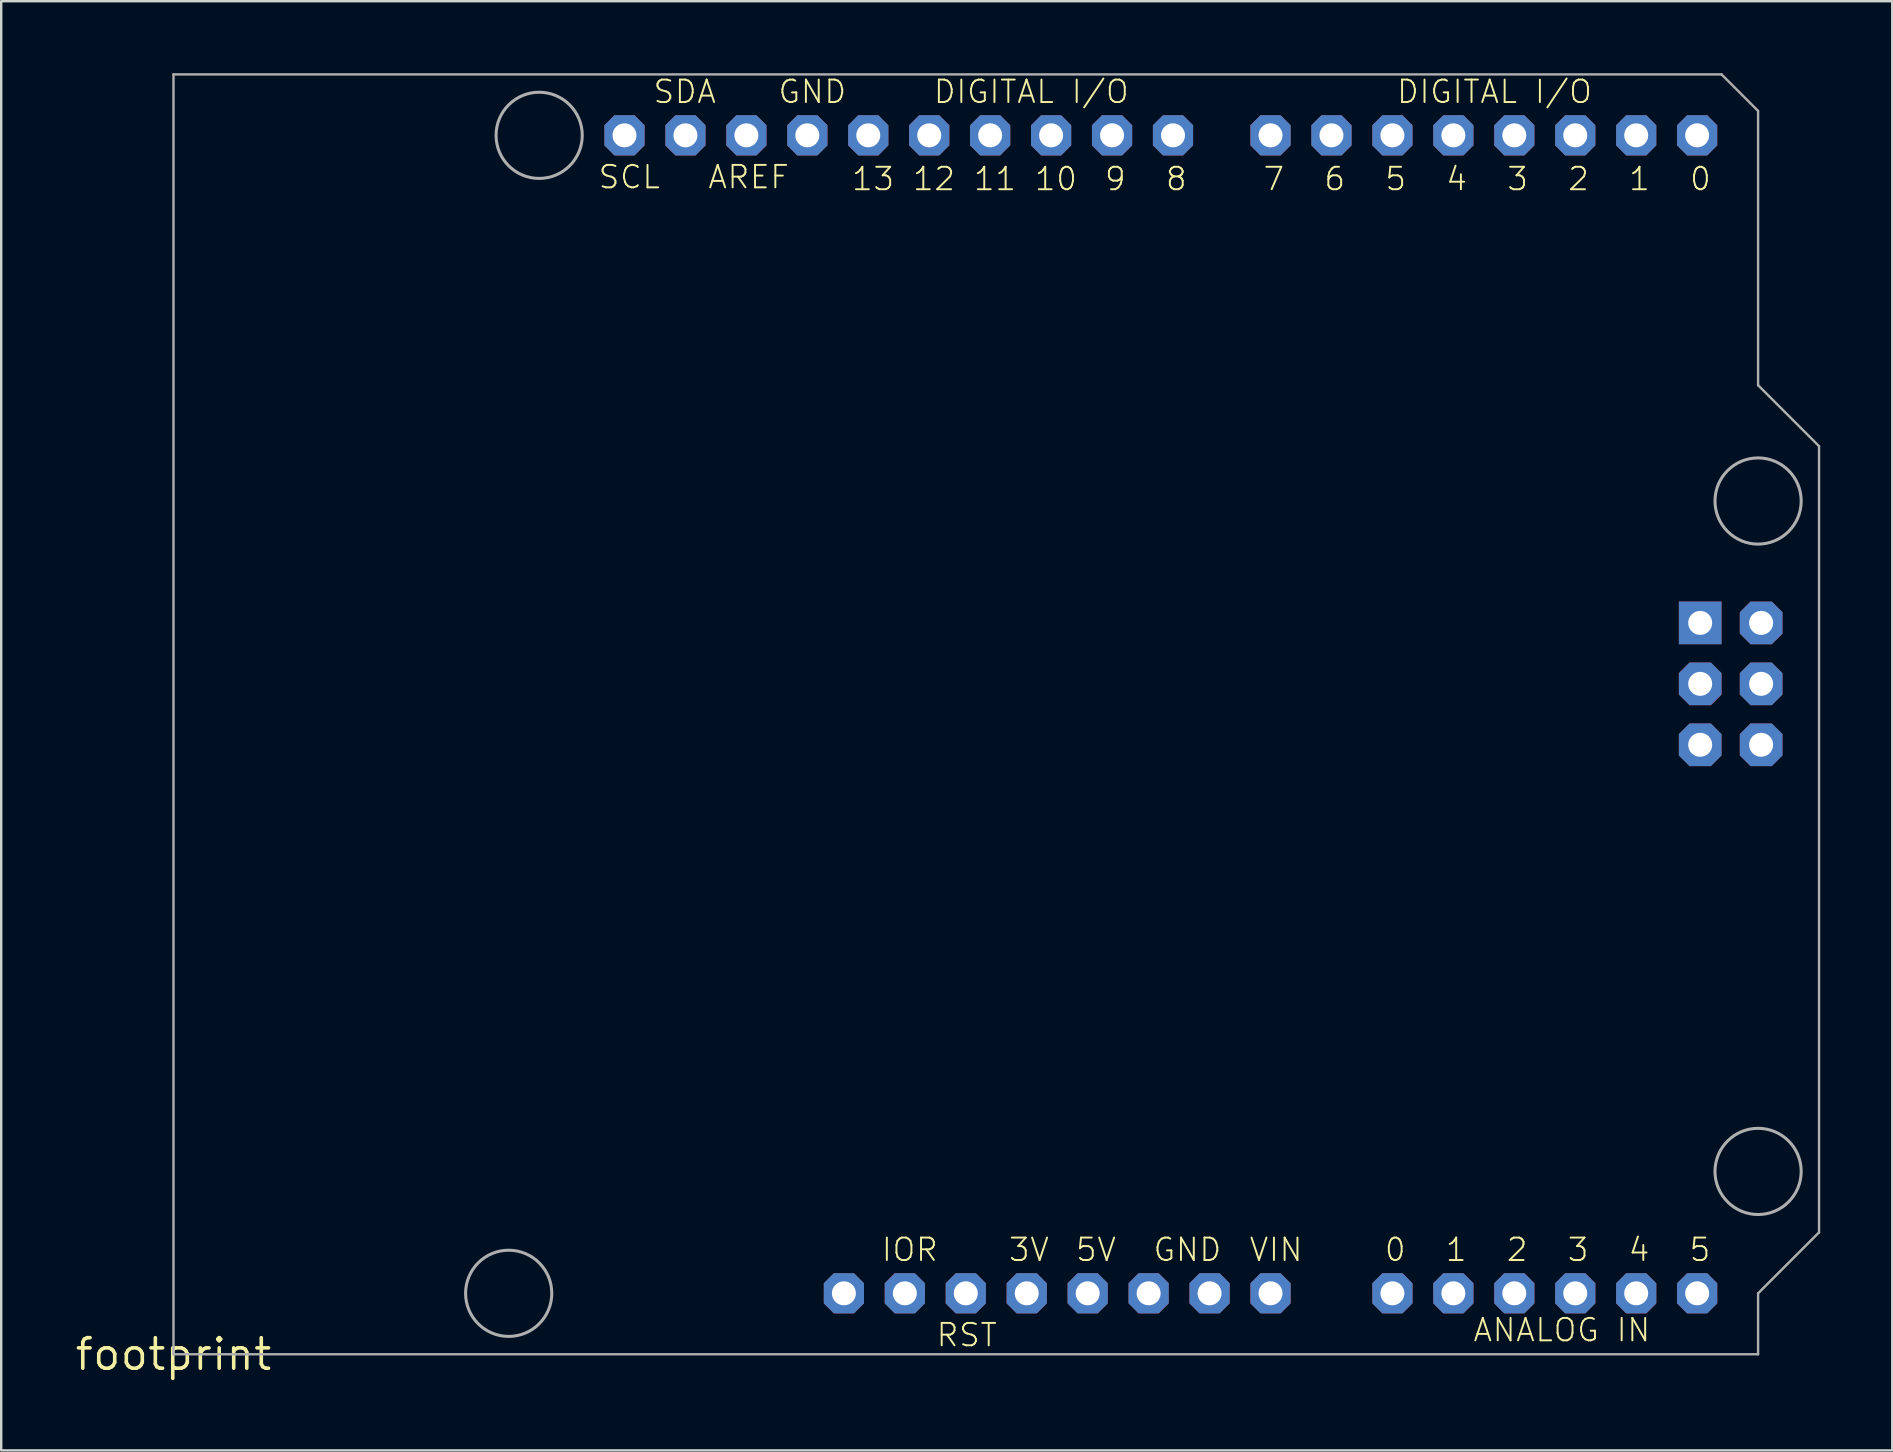
<source format=kicad_pcb>
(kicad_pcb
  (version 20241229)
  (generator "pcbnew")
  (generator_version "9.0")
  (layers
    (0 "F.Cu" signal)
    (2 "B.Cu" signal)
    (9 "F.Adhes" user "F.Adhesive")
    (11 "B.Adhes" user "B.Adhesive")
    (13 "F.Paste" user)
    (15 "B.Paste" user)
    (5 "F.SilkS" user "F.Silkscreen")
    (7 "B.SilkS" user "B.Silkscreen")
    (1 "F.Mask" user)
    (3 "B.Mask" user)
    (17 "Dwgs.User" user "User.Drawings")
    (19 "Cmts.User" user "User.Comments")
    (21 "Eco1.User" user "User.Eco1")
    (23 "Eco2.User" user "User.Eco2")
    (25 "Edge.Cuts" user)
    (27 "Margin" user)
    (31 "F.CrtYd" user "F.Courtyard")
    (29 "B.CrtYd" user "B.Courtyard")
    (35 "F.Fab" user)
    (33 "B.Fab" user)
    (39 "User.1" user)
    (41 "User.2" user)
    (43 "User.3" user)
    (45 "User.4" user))
  (footprint "footprint"
    (layer "F.Cu")
    (at 4.18 53.39)
    (property "Reference" "footprint" (at 0 0 0) (layer "F.SilkS") (effects (font (size 1.27 1.27) (thickness 0.15))))
    (fp_line (start 0 -53.34) (end 0 0) (stroke (width 0.1) (type solid)) (layer "F.Fab"))
    (fp_line (start 0 0) (end 66.04 0) (stroke (width 0.1) (type solid)) (layer "F.Fab"))
    (fp_line (start 64.516 -53.34) (end 0 -53.34) (stroke (width 0.1) (type solid)) (layer "F.Fab"))
    (fp_line (start 66.04 -51.816) (end 64.516 -53.34) (stroke (width 0.1) (type solid)) (layer "F.Fab"))
    (fp_line (start 66.04 -40.386) (end 66.04 -51.816) (stroke (width 0.1) (type solid)) (layer "F.Fab"))
    (fp_line (start 66.04 -2.54) (end 68.58 -5.08) (stroke (width 0.1) (type solid)) (layer "F.Fab"))
    (fp_line (start 66.04 0) (end 66.04 -2.54) (stroke (width 0.1) (type solid)) (layer "F.Fab"))
    (fp_line (start 68.58 -37.846) (end 66.04 -40.386) (stroke (width 0.1) (type solid)) (layer "F.Fab"))
    (fp_line (start 68.58 -5.08) (end 68.58 -37.846) (stroke (width 0.1) (type solid)) (layer "F.Fab"))
    (fp_circle (center 13.97 -2.54) (end 15.766 -2.54) (stroke (width 0.127) (type solid)) (fill no) (layer "F.Fab"))
    (fp_circle (center 15.24 -50.8) (end 17.036 -50.8) (stroke (width 0.127) (type solid)) (fill no) (layer "F.Fab"))
    (fp_circle (center 66.04 -35.56) (end 67.836 -35.56) (stroke (width 0.127) (type solid)) (fill no) (layer "F.Fab"))
    (fp_circle (center 66.04 -7.62) (end 67.836 -7.62) (stroke (width 0.127) (type solid)) (fill no) (layer "F.Fab"))
    (fp_text user "0" (at 64.135 -49.53 0) (layer "F.SilkS") (effects (font (size 0.935 0.935) (thickness 0.081)) (justify right top)))
    (fp_text user "4" (at 60.579 -3.81 0) (layer "F.SilkS") (effects (font (size 0.935 0.935) (thickness 0.081)) (justify left bottom)))
    (fp_text user "2" (at 59.055 -49.53 0) (layer "F.SilkS") (effects (font (size 0.935 0.935) (thickness 0.081)) (justify right top)))
    (fp_text user "GND" (at 25.146 -52.07 0) (layer "F.SilkS") (effects (font (size 0.935 0.935) (thickness 0.081)) (justify left bottom)))
    (fp_text user "7" (at 46.355 -49.53 0) (layer "F.SilkS") (effects (font (size 0.935 0.935) (thickness 0.081)) (justify right top)))
    (fp_text user "AREF" (at 22.225 -48.514 0) (layer "F.SilkS") (effects (font (size 0.935 0.935) (thickness 0.081)) (justify left bottom)))
    (fp_text user "11" (at 35.179 -49.53 0) (layer "F.SilkS") (effects (font (size 0.935 0.935) (thickness 0.081)) (justify right top)))
    (fp_text user "5" (at 51.435 -49.53 0) (layer "F.SilkS") (effects (font (size 0.935 0.935) (thickness 0.081)) (justify right top)))
    (fp_text user "VIN" (at 44.785 -3.81 0) (layer "F.SilkS") (effects (font (size 0.935 0.935) (thickness 0.081)) (justify left bottom)))
    (fp_text user "DIGITAL I/O" (at 31.623 -52.07 0) (layer "F.SilkS") (effects (font (size 0.935 0.935) (thickness 0.081)) (justify left bottom)))
    (fp_text user "ANALOG IN" (at 54.112 -0.462 0) (layer "F.SilkS") (effects (font (size 0.935 0.935) (thickness 0.081)) (justify left bottom)))
    (fp_text user "3" (at 56.515 -49.53 0) (layer "F.SilkS") (effects (font (size 0.935 0.935) (thickness 0.081)) (justify right top)))
    (fp_text user "GND" (at 40.777 -3.81 0) (layer "F.SilkS") (effects (font (size 0.935 0.935) (thickness 0.081)) (justify left bottom)))
    (fp_text user "10" (at 37.719 -49.53 0) (layer "F.SilkS") (effects (font (size 0.935 0.935) (thickness 0.081)) (justify right top)))
    (fp_text user "0" (at 50.419 -3.81 0) (layer "F.SilkS") (effects (font (size 0.935 0.935) (thickness 0.081)) (justify left bottom)))
    (fp_text user "3V" (at 34.752 -3.81 0) (layer "F.SilkS") (effects (font (size 0.935 0.935) (thickness 0.081)) (justify left bottom)))
    (fp_text user "DIGITAL I/O" (at 50.927 -52.07 0) (layer "F.SilkS") (effects (font (size 0.935 0.935) (thickness 0.081)) (justify left bottom)))
    (fp_text user "5V" (at 37.546 -3.81 0) (layer "F.SilkS") (effects (font (size 0.935 0.935) (thickness 0.081)) (justify left bottom)))
    (fp_text user "8" (at 42.291 -49.53 0) (layer "F.SilkS") (effects (font (size 0.935 0.935) (thickness 0.081)) (justify right top)))
    (fp_text user "3" (at 58.039 -3.81 0) (layer "F.SilkS") (effects (font (size 0.935 0.935) (thickness 0.081)) (justify left bottom)))
    (fp_text user "5" (at 63.119 -3.81 0) (layer "F.SilkS") (effects (font (size 0.935 0.935) (thickness 0.081)) (justify left bottom)))
    (fp_text user "4" (at 53.975 -49.53 0) (layer "F.SilkS") (effects (font (size 0.935 0.935) (thickness 0.081)) (justify right top)))
    (fp_text user "6" (at 48.895 -49.53 0) (layer "F.SilkS") (effects (font (size 0.935 0.935) (thickness 0.081)) (justify right top)))
    (fp_text user "IOR" (at 29.454 -3.81 0) (layer "F.SilkS") (effects (font (size 0.935 0.935) (thickness 0.081)) (justify left bottom)))
    (fp_text user "1" (at 61.595 -49.53 0) (layer "F.SilkS") (effects (font (size 0.935 0.935) (thickness 0.081)) (justify right top)))
    (fp_text user "1" (at 52.959 -3.81 0) (layer "F.SilkS") (effects (font (size 0.935 0.935) (thickness 0.081)) (justify left bottom)))
    (fp_text user "9" (at 39.751 -49.53 0) (layer "F.SilkS") (effects (font (size 0.935 0.935) (thickness 0.081)) (justify right top)))
    (fp_text user "2" (at 55.499 -3.81 0) (layer "F.SilkS") (effects (font (size 0.935 0.935) (thickness 0.081)) (justify left bottom)))
    (fp_text user "SDA" (at 19.939 -52.07 0) (layer "F.SilkS") (effects (font (size 0.935 0.935) (thickness 0.081)) (justify left bottom)))
    (fp_text user "13" (at 30.099 -49.53 0) (layer "F.SilkS") (effects (font (size 0.935 0.935) (thickness 0.081)) (justify right top)))
    (fp_text user "SCL" (at 17.653 -48.514 0) (layer "F.SilkS") (effects (font (size 0.935 0.935) (thickness 0.081)) (justify left bottom)))
    (fp_text user "12" (at 32.639 -49.53 0) (layer "F.SilkS") (effects (font (size 0.935 0.935) (thickness 0.081)) (justify right top)))
    (fp_text user "RST" (at 31.74 -0.254 0) (layer "F.SilkS") (effects (font (size 0.935 0.935) (thickness 0.081)) (justify left bottom)))
    (pad "3V" thru_hole roundrect (at 35.56 -2.54) (size 1.676 1.676) (drill 1) (layers "*.Cu" "*.Mask") (roundrect_rratio 0.25) (chamfer_ratio 0.25) (chamfer top_left top_right bottom_left bottom_right))
    (pad "5V" thru_hole roundrect (at 38.1 -2.54) (size 1.676 1.676) (drill 1) (layers "*.Cu" "*.Mask") (roundrect_rratio 0.25) (chamfer_ratio 0.25) (chamfer top_left top_right bottom_left bottom_right))
    (pad "5V_ICSP" thru_hole roundrect (at 66.167 -30.48) (size 1.778 1.778) (drill 1) (layers "*.Cu" "*.Mask") (roundrect_rratio 0.25) (chamfer_ratio 0.25) (chamfer top_left top_right bottom_left bottom_right))
    (pad "A0" thru_hole roundrect (at 50.8 -2.54) (size 1.676 1.676) (drill 1) (layers "*.Cu" "*.Mask") (roundrect_rratio 0.25) (chamfer_ratio 0.25) (chamfer top_left top_right bottom_left bottom_right))
    (pad "A1" thru_hole roundrect (at 53.34 -2.54) (size 1.676 1.676) (drill 1) (layers "*.Cu" "*.Mask") (roundrect_rratio 0.25) (chamfer_ratio 0.25) (chamfer top_left top_right bottom_left bottom_right))
    (pad "A2" thru_hole roundrect (at 55.88 -2.54) (size 1.676 1.676) (drill 1) (layers "*.Cu" "*.Mask") (roundrect_rratio 0.25) (chamfer_ratio 0.25) (chamfer top_left top_right bottom_left bottom_right))
    (pad "A3" thru_hole roundrect (at 58.42 -2.54) (size 1.676 1.676) (drill 1) (layers "*.Cu" "*.Mask") (roundrect_rratio 0.25) (chamfer_ratio 0.25) (chamfer top_left top_right bottom_left bottom_right))
    (pad "A4" thru_hole roundrect (at 60.96 -2.54) (size 1.676 1.676) (drill 1) (layers "*.Cu" "*.Mask") (roundrect_rratio 0.25) (chamfer_ratio 0.25) (chamfer top_left top_right bottom_left bottom_right))
    (pad "A5" thru_hole roundrect (at 63.5 -2.54) (size 1.676 1.676) (drill 1) (layers "*.Cu" "*.Mask") (roundrect_rratio 0.25) (chamfer_ratio 0.25) (chamfer top_left top_right bottom_left bottom_right))
    (pad "AREF" thru_hole roundrect (at 23.876 -50.8) (size 1.676 1.676) (drill 1) (layers "*.Cu" "*.Mask") (roundrect_rratio 0.25) (chamfer_ratio 0.25) (chamfer top_left top_right bottom_left bottom_right))
    (pad "D0" thru_hole roundrect (at 63.5 -50.8) (size 1.676 1.676) (drill 1) (layers "*.Cu" "*.Mask") (roundrect_rratio 0.25) (chamfer_ratio 0.25) (chamfer top_left top_right bottom_left bottom_right))
    (pad "D1" thru_hole roundrect (at 60.96 -50.8) (size 1.676 1.676) (drill 1) (layers "*.Cu" "*.Mask") (roundrect_rratio 0.25) (chamfer_ratio 0.25) (chamfer top_left top_right bottom_left bottom_right))
    (pad "D2" thru_hole roundrect (at 58.42 -50.8) (size 1.676 1.676) (drill 1) (layers "*.Cu" "*.Mask") (roundrect_rratio 0.25) (chamfer_ratio 0.25) (chamfer top_left top_right bottom_left bottom_right))
    (pad "D3" thru_hole roundrect (at 55.88 -50.8) (size 1.676 1.676) (drill 1) (layers "*.Cu" "*.Mask") (roundrect_rratio 0.25) (chamfer_ratio 0.25) (chamfer top_left top_right bottom_left bottom_right))
    (pad "D4" thru_hole roundrect (at 53.34 -50.8) (size 1.676 1.676) (drill 1) (layers "*.Cu" "*.Mask") (roundrect_rratio 0.25) (chamfer_ratio 0.25) (chamfer top_left top_right bottom_left bottom_right))
    (pad "D5" thru_hole roundrect (at 50.8 -50.8) (size 1.676 1.676) (drill 1) (layers "*.Cu" "*.Mask") (roundrect_rratio 0.25) (chamfer_ratio 0.25) (chamfer top_left top_right bottom_left bottom_right))
    (pad "D6" thru_hole roundrect (at 48.26 -50.8) (size 1.676 1.676) (drill 1) (layers "*.Cu" "*.Mask") (roundrect_rratio 0.25) (chamfer_ratio 0.25) (chamfer top_left top_right bottom_left bottom_right))
    (pad "D7" thru_hole roundrect (at 45.72 -50.8) (size 1.676 1.676) (drill 1) (layers "*.Cu" "*.Mask") (roundrect_rratio 0.25) (chamfer_ratio 0.25) (chamfer top_left top_right bottom_left bottom_right))
    (pad "D8" thru_hole roundrect (at 41.656 -50.8) (size 1.676 1.676) (drill 1) (layers "*.Cu" "*.Mask") (roundrect_rratio 0.25) (chamfer_ratio 0.25) (chamfer top_left top_right bottom_left bottom_right))
    (pad "D9" thru_hole roundrect (at 39.116 -50.8) (size 1.676 1.676) (drill 1) (layers "*.Cu" "*.Mask") (roundrect_rratio 0.25) (chamfer_ratio 0.25) (chamfer top_left top_right bottom_left bottom_right))
    (pad "D10" thru_hole roundrect (at 36.576 -50.8) (size 1.676 1.676) (drill 1) (layers "*.Cu" "*.Mask") (roundrect_rratio 0.25) (chamfer_ratio 0.25) (chamfer top_left top_right bottom_left bottom_right))
    (pad "D11" thru_hole roundrect (at 34.036 -50.8) (size 1.676 1.676) (drill 1) (layers "*.Cu" "*.Mask") (roundrect_rratio 0.25) (chamfer_ratio 0.25) (chamfer top_left top_right bottom_left bottom_right))
    (pad "D12" thru_hole roundrect (at 31.496 -50.8) (size 1.676 1.676) (drill 1) (layers "*.Cu" "*.Mask") (roundrect_rratio 0.25) (chamfer_ratio 0.25) (chamfer top_left top_right bottom_left bottom_right))
    (pad "D13" thru_hole roundrect (at 28.956 -50.8) (size 1.676 1.676) (drill 1) (layers "*.Cu" "*.Mask") (roundrect_rratio 0.25) (chamfer_ratio 0.25) (chamfer top_left top_right bottom_left bottom_right))
    (pad "GND" thru_hole roundrect (at 26.416 -50.8) (size 1.676 1.676) (drill 1) (layers "*.Cu" "*.Mask") (roundrect_rratio 0.25) (chamfer_ratio 0.25) (chamfer top_left top_right bottom_left bottom_right))
    (pad "GND@1" thru_hole roundrect (at 43.18 -2.54) (size 1.676 1.676) (drill 1) (layers "*.Cu" "*.Mask") (roundrect_rratio 0.25) (chamfer_ratio 0.25) (chamfer top_left top_right bottom_left bottom_right))
    (pad "GND@2" thru_hole roundrect (at 40.64 -2.54) (size 1.676 1.676) (drill 1) (layers "*.Cu" "*.Mask") (roundrect_rratio 0.25) (chamfer_ratio 0.25) (chamfer top_left top_right bottom_left bottom_right))
    (pad "GND@3" thru_hole roundrect (at 66.167 -25.4) (size 1.778 1.778) (drill 1) (layers "*.Cu" "*.Mask") (roundrect_rratio 0.25) (chamfer_ratio 0.25) (chamfer top_left top_right bottom_left bottom_right))
    (pad "IOREF" thru_hole roundrect (at 30.48 -2.54) (size 1.676 1.676) (drill 1) (layers "*.Cu" "*.Mask") (roundrect_rratio 0.25) (chamfer_ratio 0.25) (chamfer top_left top_right bottom_left bottom_right))
    (pad "MISO" thru_hole rect (at 63.627 -30.48) (size 1.778 1.778) (drill 1) (layers "*.Cu" "*.Mask"))
    (pad "MOSI" thru_hole roundrect (at 66.167 -27.94) (size 1.778 1.778) (drill 1) (layers "*.Cu" "*.Mask") (roundrect_rratio 0.25) (chamfer_ratio 0.25) (chamfer top_left top_right bottom_left bottom_right))
    (pad "RESERVED" thru_hole roundrect (at 27.94 -2.54) (size 1.676 1.676) (drill 1) (layers "*.Cu" "*.Mask") (roundrect_rratio 0.25) (chamfer_ratio 0.25) (chamfer top_left top_right bottom_left bottom_right))
    (pad "RESET" thru_hole roundrect (at 33.02 -2.54) (size 1.676 1.676) (drill 1) (layers "*.Cu" "*.Mask") (roundrect_rratio 0.25) (chamfer_ratio 0.25) (chamfer top_left top_right bottom_left bottom_right))
    (pad "RESET_ICSP" thru_hole roundrect (at 63.627 -25.4) (size 1.778 1.778) (drill 1) (layers "*.Cu" "*.Mask") (roundrect_rratio 0.25) (chamfer_ratio 0.25) (chamfer top_left top_right bottom_left bottom_right))
    (pad "SCK" thru_hole roundrect (at 63.627 -27.94) (size 1.778 1.778) (drill 1) (layers "*.Cu" "*.Mask") (roundrect_rratio 0.25) (chamfer_ratio 0.25) (chamfer top_left top_right bottom_left bottom_right))
    (pad "SCL" thru_hole roundrect (at 18.796 -50.8) (size 1.676 1.676) (drill 1) (layers "*.Cu" "*.Mask") (roundrect_rratio 0.25) (chamfer_ratio 0.25) (chamfer top_left top_right bottom_left bottom_right))
    (pad "SDA" thru_hole roundrect (at 21.336 -50.8) (size 1.676 1.676) (drill 1) (layers "*.Cu" "*.Mask") (roundrect_rratio 0.25) (chamfer_ratio 0.25) (chamfer top_left top_right bottom_left bottom_right))
    (pad "VIN" thru_hole roundrect (at 45.72 -2.54) (size 1.676 1.676) (drill 1) (layers "*.Cu" "*.Mask") (roundrect_rratio 0.25) (chamfer_ratio 0.25) (chamfer top_left top_right bottom_left bottom_right)))
  (gr_rect
    (start -3 -3)
    (end 75.81 57.396)
    (stroke (width 0.1) (type default))
    (fill no)
    (layer "Edge.Cuts")))
</source>
